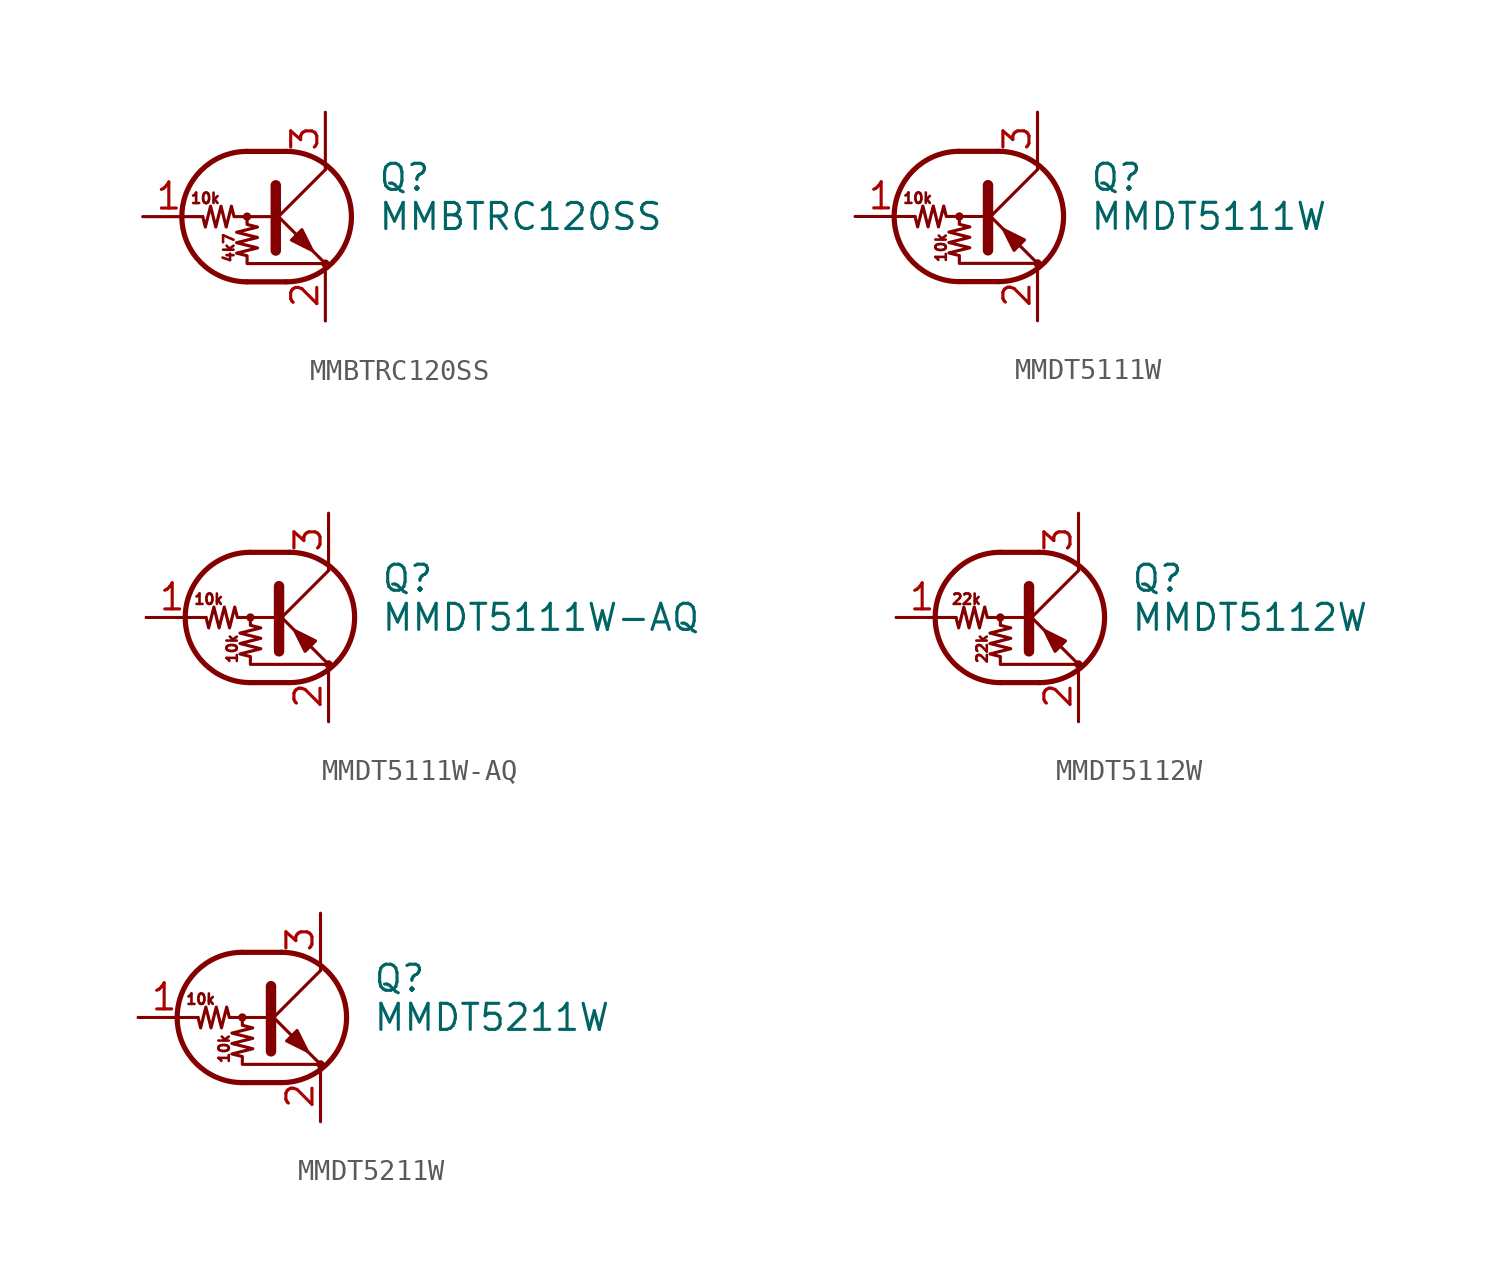
<source format=kicad_sym>
(kicad_symbol_lib
  (version 20241209)
  (generator "kicad_symbol_editor")
  (generator_version "9.0")
  (symbol "MMBTRC120SS"
    (pin_names
      (offset 0)
      (hide yes))
    (property "Reference" "Q"
      (at 5.08 1.905 0)
      (effects (font (size 1.27 1.27)) (justify left)))
    (property "Value" "MMBTRC120SS"
      (at 5.08 0 0)
      (effects (font (size 1.27 1.27)) (justify left)))
    (symbol "MMBTRC120SS_0_0"
      (text "10k" (at -3.302 0.889 0) (effects (font (size 0.508 0.508))))
      (text "4k7" (at -2.159 -1.524 900) (effects (font (size 0.508 0.508)))))
    (symbol "MMBTRC120SS_0_1"
      (polyline (pts (xy -3.429 0) (xy -3.81 0)) (stroke (width 0) (type default)) (fill (type none)))
      (polyline (pts (xy -1.27 3.175) (xy 0.635 3.175)) (stroke (width 0.254) (type default)) (fill (type none)))
      (circle (center -1.27 0) (radius 0.127) (stroke (width 0) (type default)) (fill (type none)))
      (polyline (pts (xy -1.27 0) (xy -1.27 -0.381) (xy -0.762 -0.508) (xy -1.778 -0.762) (xy -0.762 -1.016) (xy -1.778 -1.27) (xy -0.762 -1.524) (xy -1.778 -1.778) (xy -1.27 -1.905) (xy -1.27 -2.286) (xy 2.54 -2.286)) (stroke (width 0) (type default)) (fill (type none)))
      (polyline (pts (xy -1.27 -3.175) (xy 0.635 -3.175)) (stroke (width 0.254) (type default)) (fill (type none)))
      (arc (start -1.27 -3.175) (mid -4.4312 0) (end -1.27 3.175) (stroke (width 0.254) (type default)) (fill (type none)))
      (polyline (pts (xy 0 0) (xy -1.905 0) (xy -2.032 0.508) (xy -2.286 -0.508) (xy -2.54 0.508) (xy -2.794 -0.508) (xy -3.048 0.508) (xy -3.302 -0.508) (xy -3.429 0)) (stroke (width 0) (type default)) (fill (type none)))
      (polyline (pts (xy 0 -0.254) (xy 2.54 2.286)) (stroke (width 0) (type default)) (fill (type none)))
      (polyline (pts (xy 0.127 1.524) (xy 0.127 -1.651)) (stroke (width 0.508) (type default)) (fill (type outline)))
      (arc (start 0.635 3.175) (mid 3.7962 0) (end 0.635 -3.175) (stroke (width 0.254) (type default)) (fill (type none)))
      (polyline (pts (xy 0.889 -1.143) (xy 1.397 -0.635) (xy 1.905 -1.651) (xy 0.889 -1.143)) (stroke (width 0) (type default)) (fill (type outline)))
      (polyline (pts (xy 2.54 2.286) (xy 2.54 2.54)) (stroke (width 0) (type default)) (fill (type none)))
      (polyline (pts (xy 2.54 -2.286) (xy 0 0.254) (xy 0 0.254)) (stroke (width 0) (type default)) (fill (type none)))
      (circle (center 2.54 -2.286) (radius 0.127) (stroke (width 0) (type default)) (fill (type none))))
    (symbol "MMBTRC120SS_1_1"
      (pin input line (at -6.35 0 0) (length 2.54) (name "B" (effects (font (size 1.27 1.27)))) (number "1" (effects (font (size 1.27 1.27)))))
      (pin passive line (at 2.54 5.08 270) (length 2.54) (name "C" (effects (font (size 1.27 1.27)))) (number "3" (effects (font (size 1.27 1.27)))))
      (pin passive line (at 2.54 -5.08 90) (length 2.54) (name "E" (effects (font (size 1.27 1.27)))) (number "2" (effects (font (size 1.27 1.27)))))))
  (symbol "MMDT5111W"
    (pin_names
      (offset 0)
      (hide yes))
    (property "Reference" "Q"
      (at 5.08 1.905 0)
      (effects (font (size 1.27 1.27)) (justify left)))
    (property "Value" "MMDT5111W"
      (at 5.08 0 0)
      (effects (font (size 1.27 1.27)) (justify left)))
    (symbol "MMDT5111W_0_0"
      (text "10k" (at -3.302 0.889 0) (effects (font (size 0.508 0.508))))
      (text "10k" (at -2.159 -1.524 900) (effects (font (size 0.508 0.508)))))
    (symbol "MMDT5111W_0_1"
      (polyline (pts (xy -3.429 0) (xy -3.81 0)) (stroke (width 0) (type default)) (fill (type none)))
      (polyline (pts (xy -1.27 3.175) (xy 0.635 3.175)) (stroke (width 0.254) (type default)) (fill (type none)))
      (circle (center -1.27 0) (radius 0.127) (stroke (width 0) (type default)) (fill (type none)))
      (polyline (pts (xy -1.27 0) (xy -1.27 -0.381) (xy -0.762 -0.508) (xy -1.778 -0.762) (xy -0.762 -1.016) (xy -1.778 -1.27) (xy -0.762 -1.524) (xy -1.778 -1.778) (xy -1.27 -1.905) (xy -1.27 -2.286) (xy 2.54 -2.286)) (stroke (width 0) (type default)) (fill (type none)))
      (polyline (pts (xy -1.27 -3.175) (xy 0.635 -3.175)) (stroke (width 0.254) (type default)) (fill (type none)))
      (arc (start -1.27 -3.175) (mid -4.4312 0) (end -1.27 3.175) (stroke (width 0.254) (type default)) (fill (type none)))
      (polyline (pts (xy 0 0) (xy -1.905 0) (xy -2.032 0.508) (xy -2.286 -0.508) (xy -2.54 0.508) (xy -2.794 -0.508) (xy -3.048 0.508) (xy -3.302 -0.508) (xy -3.429 0)) (stroke (width 0) (type default)) (fill (type none)))
      (polyline (pts (xy 0 -0.254) (xy 2.54 2.286)) (stroke (width 0) (type default)) (fill (type none)))
      (polyline (pts (xy 0.127 1.524) (xy 0.127 -1.651)) (stroke (width 0.508) (type default)) (fill (type outline)))
      (arc (start 0.635 3.175) (mid 3.7962 0) (end 0.635 -3.175) (stroke (width 0.254) (type default)) (fill (type none)))
      (polyline (pts (xy 1.397 -1.651) (xy 1.905 -1.143) (xy 0.889 -0.635) (xy 1.397 -1.651)) (stroke (width 0) (type default)) (fill (type outline)))
      (polyline (pts (xy 2.54 2.286) (xy 2.54 2.54)) (stroke (width 0) (type default)) (fill (type none)))
      (polyline (pts (xy 2.54 -2.286) (xy 0 0.254) (xy 0 0.254)) (stroke (width 0) (type default)) (fill (type none)))
      (circle (center 2.54 -2.286) (radius 0.127) (stroke (width 0) (type default)) (fill (type none))))
    (symbol "MMDT5111W_1_1"
      (pin input line (at -6.35 0 0) (length 2.54) (name "B" (effects (font (size 1.27 1.27)))) (number "1" (effects (font (size 1.27 1.27)))))
      (pin passive line (at 2.54 5.08 270) (length 2.54) (name "C" (effects (font (size 1.27 1.27)))) (number "3" (effects (font (size 1.27 1.27)))))
      (pin passive line (at 2.54 -5.08 90) (length 2.54) (name "E" (effects (font (size 1.27 1.27)))) (number "2" (effects (font (size 1.27 1.27)))))))
  (symbol "MMDT5111W-AQ"
    (pin_names
      (offset 0)
      (hide yes))
    (property "Reference" "Q"
      (at 5.08 1.905 0)
      (effects (font (size 1.27 1.27)) (justify left)))
    (property "Value" "MMDT5111W-AQ"
      (at 5.08 0 0)
      (effects (font (size 1.27 1.27)) (justify left)))
    (symbol "MMDT5111W-AQ_0_0"
      (text "10k" (at -3.302 0.889 0) (effects (font (size 0.508 0.508))))
      (text "10k" (at -2.159 -1.524 900) (effects (font (size 0.508 0.508)))))
    (symbol "MMDT5111W-AQ_0_1"
      (polyline (pts (xy -3.429 0) (xy -3.81 0)) (stroke (width 0) (type default)) (fill (type none)))
      (polyline (pts (xy -1.27 3.175) (xy 0.635 3.175)) (stroke (width 0.254) (type default)) (fill (type none)))
      (circle (center -1.27 0) (radius 0.127) (stroke (width 0) (type default)) (fill (type none)))
      (polyline (pts (xy -1.27 0) (xy -1.27 -0.381) (xy -0.762 -0.508) (xy -1.778 -0.762) (xy -0.762 -1.016) (xy -1.778 -1.27) (xy -0.762 -1.524) (xy -1.778 -1.778) (xy -1.27 -1.905) (xy -1.27 -2.286) (xy 2.54 -2.286)) (stroke (width 0) (type default)) (fill (type none)))
      (polyline (pts (xy -1.27 -3.175) (xy 0.635 -3.175)) (stroke (width 0.254) (type default)) (fill (type none)))
      (arc (start -1.27 -3.175) (mid -4.4312 0) (end -1.27 3.175) (stroke (width 0.254) (type default)) (fill (type none)))
      (polyline (pts (xy 0 0) (xy -1.905 0) (xy -2.032 0.508) (xy -2.286 -0.508) (xy -2.54 0.508) (xy -2.794 -0.508) (xy -3.048 0.508) (xy -3.302 -0.508) (xy -3.429 0)) (stroke (width 0) (type default)) (fill (type none)))
      (polyline (pts (xy 0 -0.254) (xy 2.54 2.286)) (stroke (width 0) (type default)) (fill (type none)))
      (polyline (pts (xy 0.127 1.524) (xy 0.127 -1.651)) (stroke (width 0.508) (type default)) (fill (type outline)))
      (arc (start 0.635 3.175) (mid 3.7962 0) (end 0.635 -3.175) (stroke (width 0.254) (type default)) (fill (type none)))
      (polyline (pts (xy 1.397 -1.651) (xy 1.905 -1.143) (xy 0.889 -0.635) (xy 1.397 -1.651)) (stroke (width 0) (type default)) (fill (type outline)))
      (polyline (pts (xy 2.54 2.286) (xy 2.54 2.54)) (stroke (width 0) (type default)) (fill (type none)))
      (polyline (pts (xy 2.54 -2.286) (xy 0 0.254) (xy 0 0.254)) (stroke (width 0) (type default)) (fill (type none)))
      (circle (center 2.54 -2.286) (radius 0.127) (stroke (width 0) (type default)) (fill (type none))))
    (symbol "MMDT5111W-AQ_1_1"
      (pin input line (at -6.35 0 0) (length 2.54) (name "B" (effects (font (size 1.27 1.27)))) (number "1" (effects (font (size 1.27 1.27)))))
      (pin passive line (at 2.54 5.08 270) (length 2.54) (name "C" (effects (font (size 1.27 1.27)))) (number "3" (effects (font (size 1.27 1.27)))))
      (pin passive line (at 2.54 -5.08 90) (length 2.54) (name "E" (effects (font (size 1.27 1.27)))) (number "2" (effects (font (size 1.27 1.27)))))))
  (symbol "MMDT5112W"
    (pin_names
      (offset 0)
      (hide yes))
    (property "Reference" "Q"
      (at 5.08 1.905 0)
      (effects (font (size 1.27 1.27)) (justify left)))
    (property "Value" "MMDT5112W"
      (at 5.08 0 0)
      (effects (font (size 1.27 1.27)) (justify left)))
    (symbol "MMDT5112W_0_0"
      (text "22k" (at -2.921 0.889 0) (effects (font (size 0.508 0.508))))
      (text "22k" (at -2.159 -1.524 900) (effects (font (size 0.508 0.508)))))
    (symbol "MMDT5112W_0_1"
      (polyline (pts (xy -3.429 0) (xy -3.81 0)) (stroke (width 0) (type default)) (fill (type none)))
      (polyline (pts (xy -1.27 3.175) (xy 0.635 3.175)) (stroke (width 0.254) (type default)) (fill (type none)))
      (circle (center -1.27 0) (radius 0.127) (stroke (width 0) (type default)) (fill (type none)))
      (polyline (pts (xy -1.27 0) (xy -1.27 -0.381) (xy -0.762 -0.508) (xy -1.778 -0.762) (xy -0.762 -1.016) (xy -1.778 -1.27) (xy -0.762 -1.524) (xy -1.778 -1.778) (xy -1.27 -1.905) (xy -1.27 -2.286) (xy 2.54 -2.286)) (stroke (width 0) (type default)) (fill (type none)))
      (polyline (pts (xy -1.27 -3.175) (xy 0.635 -3.175)) (stroke (width 0.254) (type default)) (fill (type none)))
      (arc (start -1.27 -3.175) (mid -4.4312 0) (end -1.27 3.175) (stroke (width 0.254) (type default)) (fill (type none)))
      (polyline (pts (xy 0 0) (xy -1.905 0) (xy -2.032 0.508) (xy -2.286 -0.508) (xy -2.54 0.508) (xy -2.794 -0.508) (xy -3.048 0.508) (xy -3.302 -0.508) (xy -3.429 0)) (stroke (width 0) (type default)) (fill (type none)))
      (polyline (pts (xy 0 -0.254) (xy 2.54 2.286)) (stroke (width 0) (type default)) (fill (type none)))
      (polyline (pts (xy 0.127 1.524) (xy 0.127 -1.651)) (stroke (width 0.508) (type default)) (fill (type outline)))
      (arc (start 0.635 3.175) (mid 3.7962 0) (end 0.635 -3.175) (stroke (width 0.254) (type default)) (fill (type none)))
      (polyline (pts (xy 1.397 -1.651) (xy 1.905 -1.143) (xy 0.889 -0.635) (xy 1.397 -1.651)) (stroke (width 0) (type default)) (fill (type outline)))
      (polyline (pts (xy 2.54 2.286) (xy 2.54 2.54)) (stroke (width 0) (type default)) (fill (type none)))
      (polyline (pts (xy 2.54 -2.286) (xy 0 0.254) (xy 0 0.254)) (stroke (width 0) (type default)) (fill (type none)))
      (circle (center 2.54 -2.286) (radius 0.127) (stroke (width 0) (type default)) (fill (type none))))
    (symbol "MMDT5112W_1_1"
      (pin input line (at -6.35 0 0) (length 2.54) (name "B" (effects (font (size 1.27 1.27)))) (number "1" (effects (font (size 1.27 1.27)))))
      (pin passive line (at 2.54 5.08 270) (length 2.54) (name "C" (effects (font (size 1.27 1.27)))) (number "3" (effects (font (size 1.27 1.27)))))
      (pin passive line (at 2.54 -5.08 90) (length 2.54) (name "E" (effects (font (size 1.27 1.27)))) (number "2" (effects (font (size 1.27 1.27)))))))
  (symbol "MMDT5211W"
    (pin_names
      (offset 0)
      (hide yes))
    (property "Reference" "Q"
      (at 5.08 1.905 0)
      (effects (font (size 1.27 1.27)) (justify left)))
    (property "Value" "MMDT5211W"
      (at 5.08 0 0)
      (effects (font (size 1.27 1.27)) (justify left)))
    (symbol "MMDT5211W_0_0"
      (text "10k" (at -3.302 0.889 0) (effects (font (size 0.508 0.508))))
      (text "10k" (at -2.159 -1.524 900) (effects (font (size 0.508 0.508)))))
    (symbol "MMDT5211W_0_1"
      (polyline (pts (xy -3.429 0) (xy -3.81 0)) (stroke (width 0) (type default)) (fill (type none)))
      (polyline (pts (xy -1.27 3.175) (xy 0.635 3.175)) (stroke (width 0.254) (type default)) (fill (type none)))
      (circle (center -1.27 0) (radius 0.127) (stroke (width 0) (type default)) (fill (type none)))
      (polyline (pts (xy -1.27 0) (xy -1.27 -0.381) (xy -0.762 -0.508) (xy -1.778 -0.762) (xy -0.762 -1.016) (xy -1.778 -1.27) (xy -0.762 -1.524) (xy -1.778 -1.778) (xy -1.27 -1.905) (xy -1.27 -2.286) (xy 2.54 -2.286)) (stroke (width 0) (type default)) (fill (type none)))
      (polyline (pts (xy -1.27 -3.175) (xy 0.635 -3.175)) (stroke (width 0.254) (type default)) (fill (type none)))
      (arc (start -1.27 -3.175) (mid -4.4312 0) (end -1.27 3.175) (stroke (width 0.254) (type default)) (fill (type none)))
      (polyline (pts (xy 0 0) (xy -1.905 0) (xy -2.032 0.508) (xy -2.286 -0.508) (xy -2.54 0.508) (xy -2.794 -0.508) (xy -3.048 0.508) (xy -3.302 -0.508) (xy -3.429 0)) (stroke (width 0) (type default)) (fill (type none)))
      (polyline (pts (xy 0 -0.254) (xy 2.54 2.286)) (stroke (width 0) (type default)) (fill (type none)))
      (polyline (pts (xy 0.127 1.524) (xy 0.127 -1.651)) (stroke (width 0.508) (type default)) (fill (type outline)))
      (arc (start 0.635 3.175) (mid 3.7962 0) (end 0.635 -3.175) (stroke (width 0.254) (type default)) (fill (type none)))
      (polyline (pts (xy 0.889 -1.143) (xy 1.397 -0.635) (xy 1.905 -1.651) (xy 0.889 -1.143)) (stroke (width 0) (type default)) (fill (type outline)))
      (polyline (pts (xy 2.54 2.286) (xy 2.54 2.54)) (stroke (width 0) (type default)) (fill (type none)))
      (polyline (pts (xy 2.54 -2.286) (xy 0 0.254) (xy 0 0.254)) (stroke (width 0) (type default)) (fill (type none)))
      (circle (center 2.54 -2.286) (radius 0.127) (stroke (width 0) (type default)) (fill (type none))))
    (symbol "MMDT5211W_1_1"
      (pin input line (at -6.35 0 0) (length 2.54) (name "B" (effects (font (size 1.27 1.27)))) (number "1" (effects (font (size 1.27 1.27)))))
      (pin passive line (at 2.54 5.08 270) (length 2.54) (name "C" (effects (font (size 1.27 1.27)))) (number "3" (effects (font (size 1.27 1.27)))))
      (pin passive line (at 2.54 -5.08 90) (length 2.54) (name "E" (effects (font (size 1.27 1.27)))) (number "2" (effects (font (size 1.27 1.27))))))))
</source>
